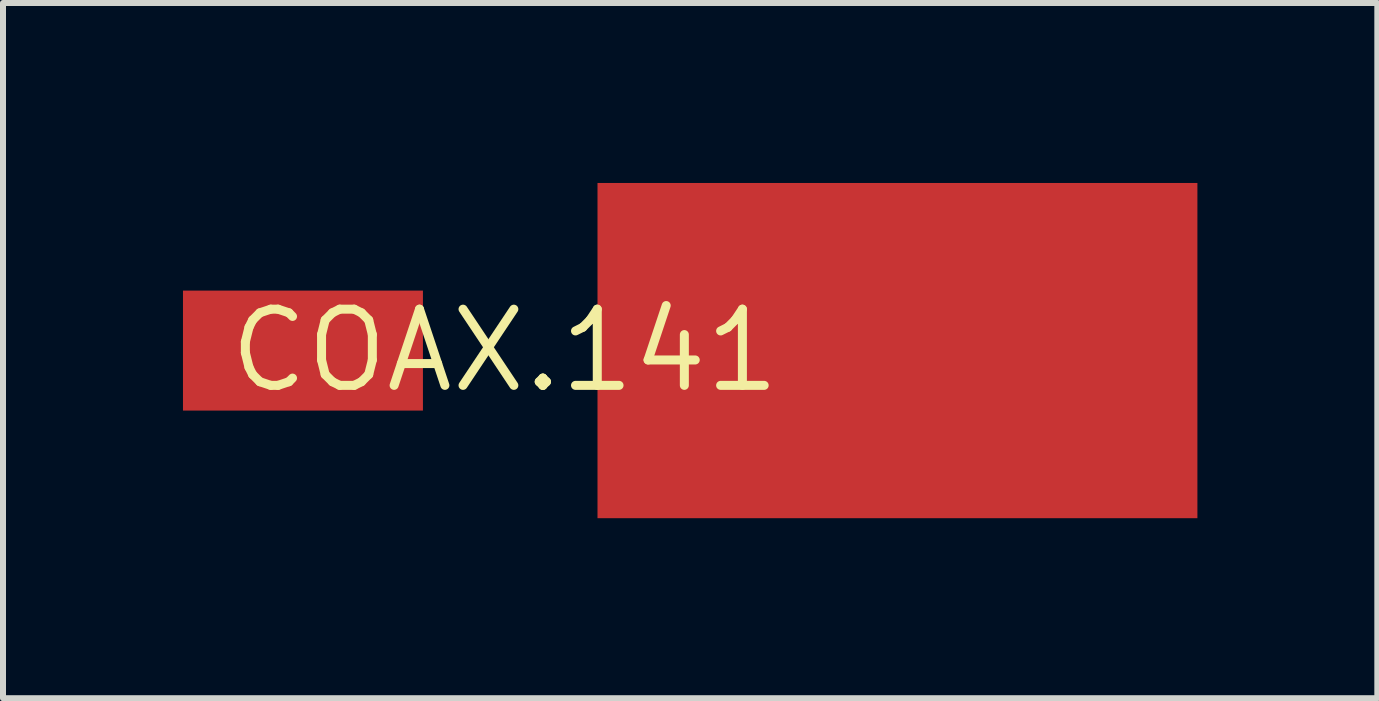
<source format=kicad_pcb>
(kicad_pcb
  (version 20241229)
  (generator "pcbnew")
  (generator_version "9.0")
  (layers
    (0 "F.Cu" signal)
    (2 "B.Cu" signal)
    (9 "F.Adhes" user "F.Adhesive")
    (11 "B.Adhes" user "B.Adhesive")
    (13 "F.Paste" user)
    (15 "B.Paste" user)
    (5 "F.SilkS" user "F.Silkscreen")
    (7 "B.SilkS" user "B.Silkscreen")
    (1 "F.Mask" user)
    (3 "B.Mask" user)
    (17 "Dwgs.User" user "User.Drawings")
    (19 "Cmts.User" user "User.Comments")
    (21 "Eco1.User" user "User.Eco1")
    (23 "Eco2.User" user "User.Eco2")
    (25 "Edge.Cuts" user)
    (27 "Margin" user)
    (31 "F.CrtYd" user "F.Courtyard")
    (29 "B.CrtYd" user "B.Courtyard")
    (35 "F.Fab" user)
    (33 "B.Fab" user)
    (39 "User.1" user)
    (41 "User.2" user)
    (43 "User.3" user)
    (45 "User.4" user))
  (footprint "COAX.141"
    (layer "F.Cu")
    (at 5.364 2.794)
    (property "Reference" "COAX.141" (at 0 0 0) (layer "F.SilkS") (effects (font (size 1.27 1.27) (thickness 0.15))))
    (pad "P$1" smd rect (at -3.364 0) (size 4 2) (layers "F.Cu" "F.Mask" "F.Paste"))
    (pad "P$2" smd rect (at 6.546 0) (size 10 5.588) (layers "F.Cu" "F.Mask" "F.Paste")))
  (gr_rect
    (start -3 -3)
    (end 19.909 8.588)
    (stroke (width 0.1) (type default))
    (fill no)
    (layer "Edge.Cuts")))
</source>
